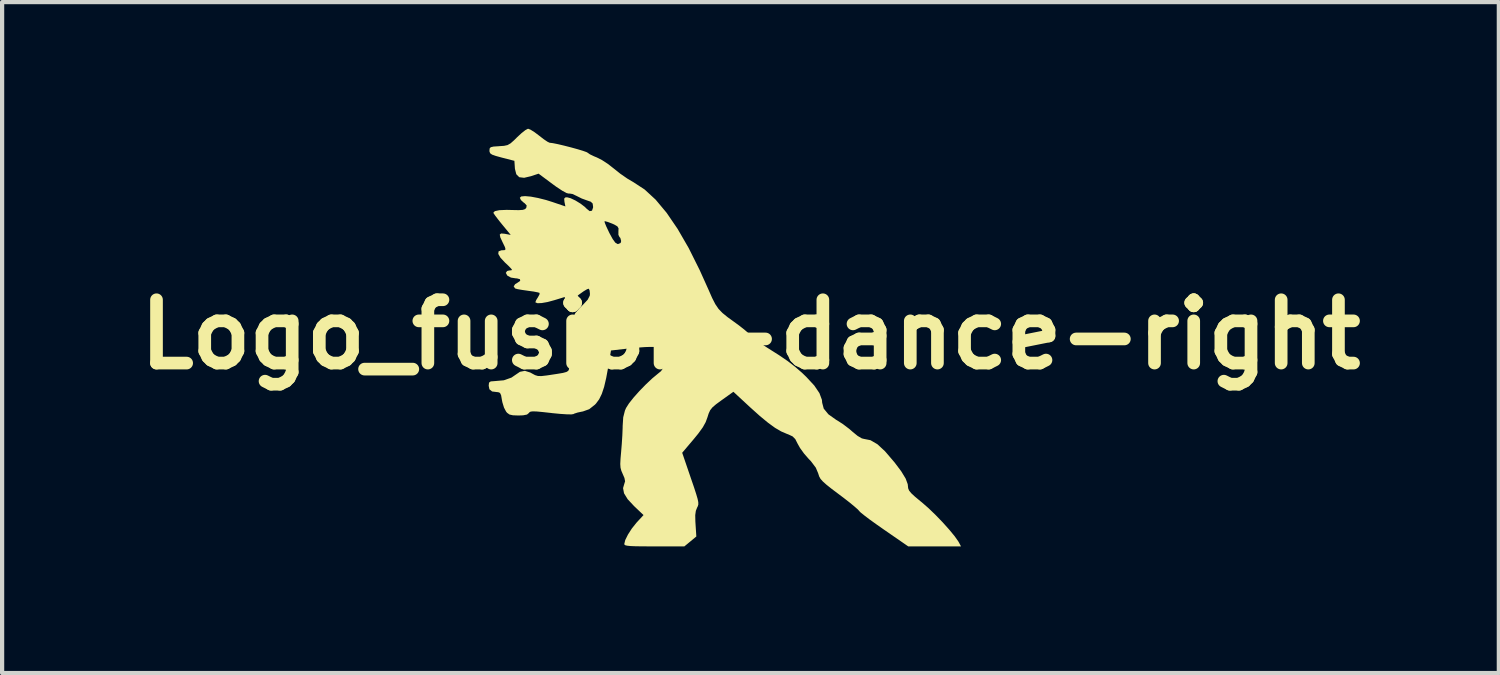
<source format=kicad_pcb>
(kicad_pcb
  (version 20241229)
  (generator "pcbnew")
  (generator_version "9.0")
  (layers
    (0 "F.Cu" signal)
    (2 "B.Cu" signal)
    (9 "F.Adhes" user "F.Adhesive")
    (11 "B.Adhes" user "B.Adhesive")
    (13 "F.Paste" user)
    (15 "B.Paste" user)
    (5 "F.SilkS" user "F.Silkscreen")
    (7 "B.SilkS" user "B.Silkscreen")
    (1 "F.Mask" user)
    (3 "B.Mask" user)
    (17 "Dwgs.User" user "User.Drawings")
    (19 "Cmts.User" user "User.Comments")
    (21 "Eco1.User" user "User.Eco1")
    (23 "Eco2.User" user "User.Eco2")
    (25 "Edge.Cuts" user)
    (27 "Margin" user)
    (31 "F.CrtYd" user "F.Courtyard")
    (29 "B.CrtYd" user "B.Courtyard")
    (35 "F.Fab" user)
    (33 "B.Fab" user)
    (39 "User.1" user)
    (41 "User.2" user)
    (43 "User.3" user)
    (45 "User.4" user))
  (footprint "Logo_fusion-dance-right"
    (layer "F.Cu")
    (at 14.729 4.873)
    (property "Reference" "Logo_fusion-dance-right" (at 0 0 0) (layer "F.SilkS") (effects (font (size 1.5 1.5) (thickness 0.3))))
    (attr board_only exclude_from_pos_files exclude_from_bom)
    (fp_poly (pts (xy -5.211 -4.851) (xy -5.118 -4.793) (xy -5.009 -4.711) (xy -5.004 -4.707) (xy -4.898 -4.625) (xy -4.809 -4.565) (xy -4.758 -4.541) (xy -4.756 -4.541) (xy -4.683 -4.532) (xy -4.563 -4.508) (xy -4.415 -4.473) (xy -4.255 -4.432) (xy -4.102 -4.39) (xy -3.973 -4.351) (xy -3.885 -4.32) (xy -3.858 -4.305) (xy -3.804 -4.267) (xy -3.706 -4.22) (xy -3.64 -4.193) (xy -3.521 -4.133) (xy -3.38 -4.041) (xy -3.244 -3.935) (xy -3.234 -3.927) (xy -3.086 -3.809) (xy -2.917 -3.692) (xy -2.768 -3.604) (xy -2.507 -3.433) (xy -2.247 -3.193) (xy -1.987 -2.882) (xy -1.727 -2.501) (xy -1.465 -2.048) (xy -1.203 -1.523) (xy -0.995 -1.061) (xy -0.908 -0.863) (xy -0.833 -0.717) (xy -0.756 -0.604) (xy -0.664 -0.508) (xy -0.543 -0.41) (xy -0.409 -0.313) (xy -0.265 -0.208) (xy -0.129 -0.1) (xy -0.023 -0.007) (xy 0.002 0.018) (xy 0.093 0.099) (xy 0.224 0.198) (xy 0.373 0.299) (xy 0.425 0.332) (xy 0.678 0.492) (xy 0.883 0.632) (xy 1.057 0.767) (xy 1.22 0.908) (xy 1.323 1.007) (xy 1.511 1.21) (xy 1.633 1.39) (xy 1.692 1.549) (xy 1.698 1.618) (xy 1.735 1.757) (xy 1.846 1.892) (xy 2.03 2.023) (xy 2.05 2.034) (xy 2.19 2.124) (xy 2.339 2.237) (xy 2.422 2.309) (xy 2.538 2.404) (xy 2.637 2.462) (xy 2.685 2.474) (xy 2.842 2.505) (xy 3.007 2.601) (xy 3.184 2.765) (xy 3.208 2.792) (xy 3.414 3.033) (xy 3.571 3.242) (xy 3.676 3.415) (xy 3.725 3.548) (xy 3.729 3.586) (xy 3.735 3.644) (xy 3.757 3.698) (xy 3.807 3.76) (xy 3.893 3.84) (xy 4.026 3.951) (xy 4.061 3.979) (xy 4.217 4.115) (xy 4.385 4.277) (xy 4.553 4.451) (xy 4.707 4.623) (xy 4.836 4.779) (xy 4.925 4.906) (xy 4.943 4.938) (xy 4.987 5.021) (xy 4.362 5.021) (xy 3.737 5.021) (xy 3.162 4.624) (xy 2.981 4.497) (xy 2.822 4.383) (xy 2.696 4.287) (xy 2.61 4.218) (xy 2.576 4.184) (xy 2.576 4.183) (xy 2.544 4.147) (xy 2.463 4.076) (xy 2.344 3.978) (xy 2.196 3.863) (xy 2.104 3.794) (xy 1.927 3.661) (xy 1.801 3.561) (xy 1.715 3.484) (xy 1.66 3.423) (xy 1.628 3.366) (xy 1.608 3.305) (xy 1.605 3.294) (xy 1.547 3.156) (xy 1.434 3.006) (xy 1.376 2.945) (xy 1.268 2.821) (xy 1.173 2.689) (xy 1.114 2.584) (xy 1.061 2.479) (xy 0.997 2.415) (xy 0.894 2.367) (xy 0.861 2.355) (xy 0.726 2.297) (xy 0.581 2.212) (xy 0.416 2.092) (xy 0.222 1.932) (xy -0.01 1.724) (xy -0.052 1.685) (xy -0.405 1.358) (xy -0.682 1.556) (xy -0.816 1.654) (xy -0.902 1.728) (xy -0.956 1.796) (xy -0.992 1.875) (xy -1.018 1.958) (xy -1.062 2.078) (xy -1.131 2.202) (xy -1.236 2.347) (xy -1.347 2.483) (xy -1.618 2.803) (xy -1.413 3.403) (xy -1.338 3.621) (xy -1.286 3.782) (xy -1.253 3.895) (xy -1.237 3.973) (xy -1.236 4.028) (xy -1.248 4.069) (xy -1.265 4.103) (xy -1.295 4.179) (xy -1.309 4.281) (xy -1.306 4.429) (xy -1.302 4.495) (xy -1.283 4.786) (xy -1.425 4.904) (xy -1.567 5.021) (xy -2.279 5.021) (xy -2.528 5.02) (xy -2.712 5.018) (xy -2.841 5.013) (xy -2.924 5.004) (xy -2.97 4.992) (xy -2.988 4.975) (xy -2.99 4.964) (xy -2.967 4.87) (xy -2.903 4.741) (xy -2.812 4.599) (xy -2.703 4.462) (xy -2.686 4.443) (xy -2.534 4.279) (xy -2.758 4.066) (xy -2.91 3.903) (xy -2.996 3.763) (xy -3.019 3.64) (xy -2.991 3.544) (xy -2.971 3.479) (xy -2.986 3.4) (xy -3.025 3.31) (xy -3.059 3.231) (xy -3.079 3.157) (xy -3.085 3.069) (xy -3.079 2.945) (xy -3.065 2.785) (xy -3.049 2.591) (xy -3.036 2.39) (xy -3.029 2.215) (xy -3.028 2.162) (xy -3.015 1.963) (xy -2.975 1.805) (xy -2.948 1.742) (xy -2.88 1.635) (xy -2.77 1.496) (xy -2.632 1.341) (xy -2.479 1.184) (xy -2.326 1.04) (xy -2.203 0.938) (xy -2.119 0.869) (xy -2.083 0.816) (xy -2.082 0.747) (xy -2.1 0.664) (xy -2.128 0.537) (xy -2.153 0.423) (xy -2.158 0.397) (xy -2.177 0.337) (xy -2.213 0.307) (xy -2.288 0.296) (xy -2.373 0.295) (xy -2.496 0.299) (xy -2.665 0.311) (xy -2.85 0.328) (xy -2.936 0.338) (xy -3.305 0.38) (xy -3.367 0.753) (xy -3.418 1.03) (xy -3.468 1.244) (xy -3.523 1.409) (xy -3.585 1.536) (xy -3.66 1.637) (xy -3.687 1.665) (xy -3.821 1.771) (xy -3.97 1.824) (xy -3.987 1.827) (xy -4.096 1.85) (xy -4.176 1.876) (xy -4.193 1.886) (xy -4.243 1.894) (xy -4.353 1.892) (xy -4.508 1.882) (xy -4.695 1.864) (xy -4.725 1.86) (xy -4.925 1.838) (xy -5.064 1.825) (xy -5.154 1.822) (xy -5.208 1.828) (xy -5.237 1.844) (xy -5.25 1.861) (xy -5.295 1.898) (xy -5.388 1.916) (xy -5.5 1.92) (xy -5.629 1.915) (xy -5.709 1.897) (xy -5.765 1.857) (xy -5.79 1.827) (xy -5.839 1.734) (xy -5.878 1.607) (xy -5.889 1.55) (xy -5.908 1.44) (xy -5.934 1.385) (xy -5.979 1.367) (xy -6 1.366) (xy -6.121 1.351) (xy -6.185 1.299) (xy -6.202 1.214) (xy -6.194 1.141) (xy -6.153 1.112) (xy -6.082 1.107) (xy -5.843 1.086) (xy -5.662 1.022) (xy -5.591 0.973) (xy -5.462 0.885) (xy -5.344 0.862) (xy -5.217 0.902) (xy -5.179 0.923) (xy -5.103 0.964) (xy -5.036 0.984) (xy -4.953 0.986) (xy -4.831 0.972) (xy -4.763 0.962) (xy -4.572 0.933) (xy -4.442 0.911) (xy -4.361 0.889) (xy -4.318 0.863) (xy -4.3 0.826) (xy -4.295 0.772) (xy -4.294 0.728) (xy -4.291 0.628) (xy -4.287 0.476) (xy -4.281 0.294) (xy -4.277 0.129) (xy -4.266 -0.096) (xy -4.246 -0.266) (xy -4.209 -0.397) (xy -4.149 -0.508) (xy -4.058 -0.616) (xy -3.96 -0.712) (xy -3.856 -0.824) (xy -3.808 -0.918) (xy -3.803 -0.962) (xy -3.812 -1.044) (xy -3.831 -1.084) (xy -3.872 -1.071) (xy -3.954 -1.022) (xy -4.062 -0.945) (xy -4.094 -0.92) (xy -4.23 -0.821) (xy -4.321 -0.772) (xy -4.373 -0.771) (xy -4.393 -0.817) (xy -4.393 -0.833) (xy -4.399 -0.88) (xy -4.403 -0.886) (xy -4.44 -0.875) (xy -4.528 -0.848) (xy -4.646 -0.812) (xy -4.808 -0.768) (xy -4.946 -0.744) (xy -5.045 -0.74) (xy -5.093 -0.759) (xy -5.095 -0.767) (xy -5.076 -0.816) (xy -5.036 -0.88) (xy -4.999 -0.947) (xy -4.996 -0.984) (xy -5.039 -0.997) (xy -5.136 -1.016) (xy -5.266 -1.034) (xy -5.279 -1.036) (xy -5.413 -1.055) (xy -5.52 -1.074) (xy -5.576 -1.09) (xy -5.577 -1.091) (xy -5.61 -1.139) (xy -5.575 -1.192) (xy -5.52 -1.225) (xy -5.456 -1.27) (xy -5.461 -1.308) (xy -5.533 -1.328) (xy -5.561 -1.329) (xy -5.675 -1.347) (xy -5.761 -1.394) (xy -5.796 -1.457) (xy -5.796 -1.46) (xy -5.765 -1.503) (xy -5.722 -1.514) (xy -5.662 -1.521) (xy -5.649 -1.531) (xy -5.674 -1.564) (xy -5.738 -1.63) (xy -5.815 -1.702) (xy -5.923 -1.818) (xy -5.975 -1.908) (xy -5.968 -1.968) (xy -5.902 -1.993) (xy -5.889 -1.994) (xy -5.826 -1.997) (xy -5.803 -2.017) (xy -5.817 -2.069) (xy -5.866 -2.17) (xy -5.87 -2.178) (xy -5.926 -2.298) (xy -5.94 -2.366) (xy -5.908 -2.392) (xy -5.828 -2.386) (xy -5.812 -2.383) (xy -5.68 -2.358) (xy -5.886 -2.608) (xy -5.945 -2.681) (xy -3.459 -2.681) (xy -3.451 -2.644) (xy -3.416 -2.557) (xy -3.36 -2.439) (xy -3.343 -2.403) (xy -3.264 -2.259) (xy -3.203 -2.175) (xy -3.15 -2.143) (xy -3.138 -2.141) (xy -3.076 -2.168) (xy -3.064 -2.213) (xy -3.083 -2.285) (xy -3.105 -2.31) (xy -3.129 -2.36) (xy -3.129 -2.445) (xy -3.126 -2.514) (xy -3.153 -2.56) (xy -3.226 -2.603) (xy -3.278 -2.626) (xy -3.377 -2.664) (xy -3.444 -2.682) (xy -3.459 -2.681) (xy -5.945 -2.681) (xy -5.978 -2.723) (xy -6.049 -2.816) (xy -6.088 -2.874) (xy -6.092 -2.884) (xy -6.056 -2.921) (xy -5.95 -2.944) (xy -5.776 -2.951) (xy -5.643 -2.948) (xy -5.49 -2.945) (xy -5.394 -2.951) (xy -5.34 -2.969) (xy -5.312 -2.999) (xy -5.302 -3.055) (xy -5.351 -3.109) (xy -5.371 -3.122) (xy -5.438 -3.183) (xy -5.464 -3.238) (xy -5.431 -3.269) (xy -5.34 -3.277) (xy -5.204 -3.265) (xy -5.034 -3.233) (xy -4.843 -3.185) (xy -4.694 -3.138) (xy -4.385 -3.033) (xy -4.407 -3.141) (xy -4.414 -3.217) (xy -4.386 -3.246) (xy -4.344 -3.249) (xy -4.261 -3.227) (xy -4.147 -3.173) (xy -4.026 -3.099) (xy -3.924 -3.021) (xy -3.881 -2.978) (xy -3.81 -2.921) (xy -3.755 -2.932) (xy -3.729 -3.007) (xy -3.729 -3.026) (xy -3.739 -3.101) (xy -3.783 -3.144) (xy -3.867 -3.173) (xy -3.997 -3.22) (xy -4.121 -3.282) (xy -4.125 -3.284) (xy -4.217 -3.327) (xy -4.291 -3.339) (xy -4.3 -3.336) (xy -4.356 -3.349) (xy -4.458 -3.404) (xy -4.599 -3.497) (xy -4.688 -3.562) (xy -5.02 -3.809) (xy -5.2 -3.749) (xy -5.363 -3.711) (xy -5.478 -3.725) (xy -5.548 -3.795) (xy -5.58 -3.922) (xy -5.582 -3.945) (xy -5.593 -4.113) (xy -5.889 -4.189) (xy -6.034 -4.229) (xy -6.122 -4.26) (xy -6.167 -4.292) (xy -6.183 -4.332) (xy -6.184 -4.357) (xy -6.179 -4.408) (xy -6.152 -4.436) (xy -6.086 -4.451) (xy -5.964 -4.459) (xy -5.957 -4.46) (xy -5.839 -4.468) (xy -5.756 -4.486) (xy -5.684 -4.527) (xy -5.599 -4.602) (xy -5.529 -4.672) (xy -5.425 -4.768) (xy -5.334 -4.84) (xy -5.274 -4.872) (xy -5.268 -4.873)) (stroke (width 0) (type solid)) (fill yes) (layer "F.SilkS")))
  (gr_rect
    (start -3 -3)
    (end 32.457 12.894)
    (stroke (width 0.1) (type default))
    (fill no)
    (layer "Edge.Cuts")))
</source>
